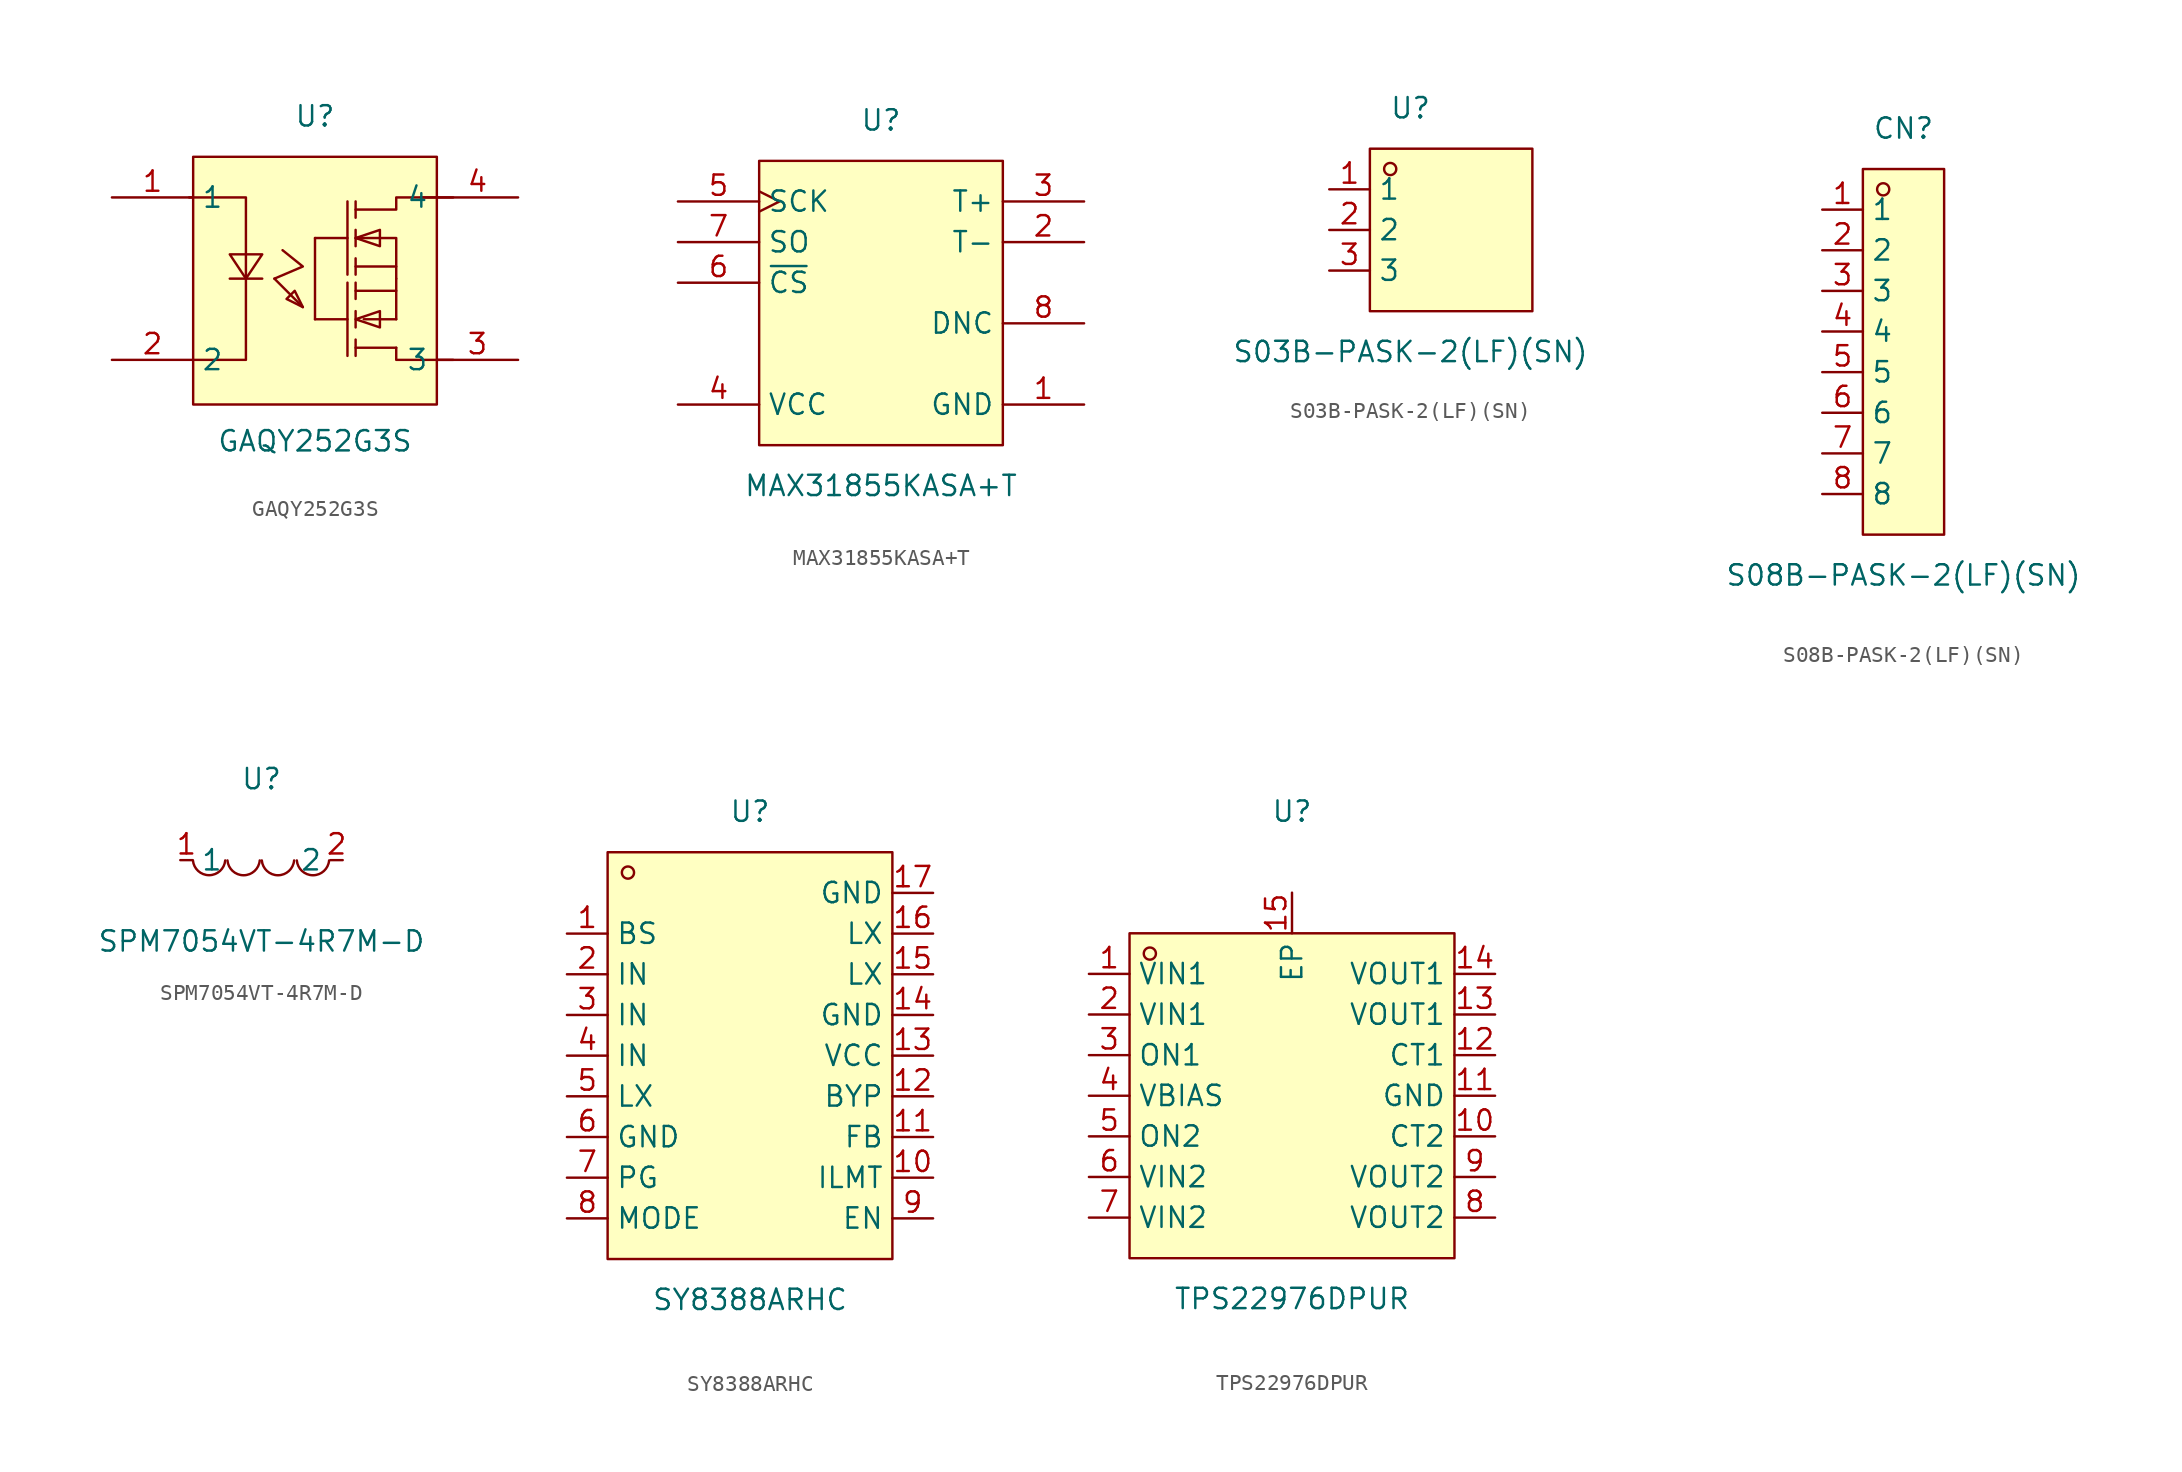
<source format=kicad_sym>
(kicad_symbol_lib
  (version 20211014)
  (generator https://github.com/uPesy/easyeda2kicad.py)
  (symbol "GAQY252G3S"
    (property "Reference" "U"
      (at 0 10.16 0)
      (effects (font (size 1.27 1.27))))
    (property "Value" "GAQY252G3S"
      (at 0 -10.16 0)
      (effects (font (size 1.27 1.27))))
    (symbol "GAQY252G3S_0_1"
      (rectangle (start -7.62 7.62) (end 7.62 -7.87) (stroke (width 0) (type default) (color 0 0 0 0)) (fill (type background)))
      (polyline (pts (xy -0.76 -1.78) (xy -1.27 -0.76) (xy -1.78 -1.27) (xy -0.76 -1.78)) (stroke (width 0) (type default) (color 0 0 0 0)) (fill (type background)))
      (polyline (pts (xy -2.54 -0.00) (xy -0.76 0.76) (xy -2.03 1.78) (xy -2.03 1.78)) (stroke (width 0) (type default) (color 0 0 0 0)) (fill (type none)))
      (polyline (pts (xy -7.87 5.08) (xy -4.32 5.08) (xy -4.32 -5.08) (xy -7.62 -5.08)) (stroke (width 0) (type default) (color 0 0 0 0)) (fill (type none)))
      (polyline (pts (xy -5.33 1.52) (xy -3.30 1.52) (xy -4.32 -0.00) (xy -5.33 1.52) (xy -5.33 1.52)) (stroke (width 0) (type default) (color 0 0 0 0)) (fill (type background)))
      (polyline (pts (xy -5.33 -0.00) (xy -3.30 -0.00)) (stroke (width 0) (type default) (color 0 0 0 0)) (fill (type none)))
      (polyline (pts (xy -2.54 -0.00) (xy -0.76 -1.78)) (stroke (width 0) (type default) (color 0 0 0 0)) (fill (type none)))
      (polyline (pts (xy 2.54 4.32) (xy 5.08 4.32) (xy 5.08 5.08) (xy 6.35 5.08) (xy 7.62 5.08)) (stroke (width 0) (type default) (color 0 0 0 0)) (fill (type none)))
      (polyline (pts (xy 2.54 2.54) (xy 5.08 2.54) (xy 5.08 1.27) (xy 5.08 -0.00) (xy 5.08 -0.00) (xy 5.08 -0.00)) (stroke (width 0) (type default) (color 0 0 0 0)) (fill (type none)))
      (polyline (pts (xy 5.08 0.76) (xy 2.54 0.76)) (stroke (width 0) (type default) (color 0 0 0 0)) (fill (type none)))
      (polyline (pts (xy 2.03 4.83) (xy 2.03 0.25)) (stroke (width 0) (type default) (color 0 0 0 0)) (fill (type none)))
      (polyline (pts (xy 2.54 4.83) (xy 2.54 3.81)) (stroke (width 0) (type default) (color 0 0 0 0)) (fill (type none)))
      (polyline (pts (xy 2.54 2.03) (xy 2.54 3.05)) (stroke (width 0) (type default) (color 0 0 0 0)) (fill (type none)))
      (polyline (pts (xy 2.54 0.25) (xy 2.54 1.27)) (stroke (width 0) (type default) (color 0 0 0 0)) (fill (type none)))
      (polyline (pts (xy 0.00 2.54) (xy 2.03 2.54)) (stroke (width 0) (type default) (color 0 0 0 0)) (fill (type none)))
      (polyline (pts (xy 5.08 -4.32) (xy 2.54 -4.32)) (stroke (width 0) (type default) (color 0 0 0 0)) (fill (type none)))
      (polyline (pts (xy 2.03 -0.25) (xy 2.03 -4.83)) (stroke (width 0) (type default) (color 0 0 0 0)) (fill (type none)))
      (polyline (pts (xy 2.54 -0.25) (xy 2.54 -1.27)) (stroke (width 0) (type default) (color 0 0 0 0)) (fill (type none)))
      (polyline (pts (xy 2.54 -3.05) (xy 2.54 -2.03)) (stroke (width 0) (type default) (color 0 0 0 0)) (fill (type none)))
      (polyline (pts (xy 2.54 -4.83) (xy 2.54 -3.81)) (stroke (width 0) (type default) (color 0 0 0 0)) (fill (type none)))
      (polyline (pts (xy 0.00 -2.54) (xy 2.03 -2.54)) (stroke (width 0) (type default) (color 0 0 0 0)) (fill (type none)))
      (polyline (pts (xy 0.00 -2.54) (xy 0.00 2.54)) (stroke (width 0) (type default) (color 0 0 0 0)) (fill (type none)))
      (polyline (pts (xy 6.60 5.08) (xy 8.64 5.08)) (stroke (width 0) (type default) (color 0 0 0 0)) (fill (type none)))
      (polyline (pts (xy 6.60 -5.08) (xy 8.64 -5.08)) (stroke (width 0) (type default) (color 0 0 0 0)) (fill (type none)))
      (polyline (pts (xy 5.08 -2.54) (xy 5.08 -0.00)) (stroke (width 0) (type default) (color 0 0 0 0)) (fill (type none)))
      (polyline (pts (xy 5.08 -2.54) (xy 4.57 -2.54) (xy 3.56 -2.54) (xy 3.05 -2.54)) (stroke (width 0) (type default) (color 0 0 0 0)) (fill (type none)))
      (polyline (pts (xy 5.08 -4.32) (xy 5.08 -4.83) (xy 5.08 -5.08) (xy 6.60 -5.08)) (stroke (width 0) (type default) (color 0 0 0 0)) (fill (type none)))
      (polyline (pts (xy 5.08 -0.76) (xy 2.54 -0.76)) (stroke (width 0) (type default) (color 0 0 0 0)) (fill (type none)))
      (polyline (pts (xy 2.54 2.54) (xy 4.06 2.03) (xy 4.06 3.05) (xy 2.54 2.54)) (stroke (width 0) (type default) (color 0 0 0 0)) (fill (type background)))
      (polyline (pts (xy 2.54 -2.54) (xy 4.06 -3.05) (xy 4.06 -2.03) (xy 2.54 -2.54)) (stroke (width 0) (type default) (color 0 0 0 0)) (fill (type background)))
      (pin unspecified line (at -12.70 5.08 0) (length 5.08) (name "1" (effects (font (size 1.27 1.27)))) (number "1" (effects (font (size 1.27 1.27)))))
      (pin unspecified line (at -12.70 -5.08 0) (length 5.08) (name "2" (effects (font (size 1.27 1.27)))) (number "2" (effects (font (size 1.27 1.27)))))
      (pin unspecified line (at 12.70 -5.08 180) (length 5.08) (name "3" (effects (font (size 1.27 1.27)))) (number "3" (effects (font (size 1.27 1.27)))))
      (pin unspecified line (at 12.70 5.08 180) (length 5.08) (name "4" (effects (font (size 1.27 1.27)))) (number "4" (effects (font (size 1.27 1.27)))))))
  (symbol "MAX31855KASA+T"
    (property "Reference" "U"
      (at 0 11.43 0)
      (effects (font (size 1.27 1.27))))
    (property "Value" "MAX31855KASA+T"
      (at 0 -11.43 0)
      (effects (font (size 1.27 1.27))))
    (symbol "MAX31855KASA+T_0_1"
      (rectangle (start -7.62 8.89) (end 7.62 -8.89) (stroke (width 0) (type default) (color 0 0 0 0)) (fill (type background)))
      (pin power_in line (at 12.70 -6.35 180) (length 5.08) (name "GND" (effects (font (size 1.27 1.27)))) (number "1" (effects (font (size 1.27 1.27)))))
      (pin unspecified line (at 12.70 3.81 180) (length 5.08) (name "T-" (effects (font (size 1.27 1.27)))) (number "2" (effects (font (size 1.27 1.27)))))
      (pin unspecified line (at 12.70 6.35 180) (length 5.08) (name "T+" (effects (font (size 1.27 1.27)))) (number "3" (effects (font (size 1.27 1.27)))))
      (pin power_in line (at -12.70 -6.35 0) (length 5.08) (name "VCC" (effects (font (size 1.27 1.27)))) (number "4" (effects (font (size 1.27 1.27)))))
      (pin unspecified clock (at -12.70 6.35 0) (length 5.08) (name "SCK" (effects (font (size 1.27 1.27)))) (number "5" (effects (font (size 1.27 1.27)))))
      (pin unspecified line (at -12.70 1.27 0) (length 5.08) (name "~{CS}" (effects (font (size 1.27 1.27)))) (number "6" (effects (font (size 1.27 1.27)))))
      (pin output line (at -12.70 3.81 0) (length 5.08) (name "SO" (effects (font (size 1.27 1.27)))) (number "7" (effects (font (size 1.27 1.27)))))
      (pin unspecified line (at 12.70 -1.27 180) (length 5.08) (name "DNC" (effects (font (size 1.27 1.27)))) (number "8" (effects (font (size 1.27 1.27)))))))
  (symbol "S03B-PASK-2(LF)(SN)"
    (property "Reference" "U"
      (at 0 7.62 0)
      (effects (font (size 1.27 1.27))))
    (property "Value" "S03B-PASK-2(LF)(SN)"
      (at 0 -7.62 0)
      (effects (font (size 1.27 1.27))))
    (symbol "S03B-PASK-2(LF)(SN)_0_1"
      (rectangle (start -2.54 5.08) (end 7.62 -5.08) (stroke (width 0) (type default) (color 0 0 0 0)) (fill (type background)))
      (circle (center -1.27 3.81) (radius 0.38) (stroke (width 0) (type default) (color 0 0 0 0)) (fill (type none)))
      (pin unspecified line (at -5.08 2.54 0) (length 2.54) (name "1" (effects (font (size 1.27 1.27)))) (number "1" (effects (font (size 1.27 1.27)))))
      (pin unspecified line (at -5.08 -0.00 0) (length 2.54) (name "2" (effects (font (size 1.27 1.27)))) (number "2" (effects (font (size 1.27 1.27)))))
      (pin unspecified line (at -5.08 -2.54 0) (length 2.54) (name "3" (effects (font (size 1.27 1.27)))) (number "3" (effects (font (size 1.27 1.27)))))))
  (symbol "S08B-PASK-2(LF)(SN)"
    (property "Reference" "CN"
      (at 0 13.97 0)
      (effects (font (size 1.27 1.27))))
    (property "Value" "S08B-PASK-2(LF)(SN)"
      (at 0 -13.97 0)
      (effects (font (size 1.27 1.27))))
    (symbol "S08B-PASK-2(LF)(SN)_0_1"
      (rectangle (start -2.54 11.43) (end 2.54 -11.43) (stroke (width 0) (type default) (color 0 0 0 0)) (fill (type background)))
      (circle (center -1.27 10.16) (radius 0.38) (stroke (width 0) (type default) (color 0 0 0 0)) (fill (type none)))
      (pin unspecified line (at -5.08 8.89 0) (length 2.54) (name "1" (effects (font (size 1.27 1.27)))) (number "1" (effects (font (size 1.27 1.27)))))
      (pin unspecified line (at -5.08 6.35 0) (length 2.54) (name "2" (effects (font (size 1.27 1.27)))) (number "2" (effects (font (size 1.27 1.27)))))
      (pin unspecified line (at -5.08 3.81 0) (length 2.54) (name "3" (effects (font (size 1.27 1.27)))) (number "3" (effects (font (size 1.27 1.27)))))
      (pin unspecified line (at -5.08 1.27 0) (length 2.54) (name "4" (effects (font (size 1.27 1.27)))) (number "4" (effects (font (size 1.27 1.27)))))
      (pin unspecified line (at -5.08 -1.27 0) (length 2.54) (name "5" (effects (font (size 1.27 1.27)))) (number "5" (effects (font (size 1.27 1.27)))))
      (pin unspecified line (at -5.08 -3.81 0) (length 2.54) (name "6" (effects (font (size 1.27 1.27)))) (number "6" (effects (font (size 1.27 1.27)))))
      (pin unspecified line (at -5.08 -6.35 0) (length 2.54) (name "7" (effects (font (size 1.27 1.27)))) (number "7" (effects (font (size 1.27 1.27)))))
      (pin unspecified line (at -5.08 -8.89 0) (length 2.54) (name "8" (effects (font (size 1.27 1.27)))) (number "8" (effects (font (size 1.27 1.27)))))))
  (symbol "SPM7054VT-4R7M-D"
    (property "Reference" "U"
      (at 0 5.08 0)
      (effects (font (size 1.27 1.27))))
    (property "Value" "SPM7054VT-4R7M-D"
      (at 0 -5.08 0)
      (effects (font (size 1.27 1.27))))
    (symbol "SPM7054VT-4R7M-D_0_1"
      (arc (start -4.29 -0.02) (mid -2.81 -1.01) (end -2.27 -0.02) (stroke (width 0) (type default) (color 0 0 0 0)) (fill (type none)))
      (arc (start -2.13 -0.02) (mid -0.66 -1.01) (end -0.11 -0.02) (stroke (width 0) (type default) (color 0 0 0 0)) (fill (type none)))
      (arc (start 0.02 -0.02) (mid 1.49 -1.01) (end 2.04 -0.02) (stroke (width 0) (type default) (color 0 0 0 0)) (fill (type none)))
      (arc (start 2.21 -0.02) (mid 3.68 -1.01) (end 4.23 -0.02) (stroke (width 0) (type default) (color 0 0 0 0)) (fill (type none)))
      (pin unspecified line (at 5.08 -0.00 180) (length 0.762) (name "2" (effects (font (size 1.27 1.27)))) (number "2" (effects (font (size 1.27 1.27)))))
      (pin unspecified line (at -5.08 -0.00 0) (length 0.762) (name "1" (effects (font (size 1.27 1.27)))) (number "1" (effects (font (size 1.27 1.27)))))))
  (symbol "SY8388ARHC"
    (property "Reference" "U"
      (at 0 15.24 0)
      (effects (font (size 1.27 1.27))))
    (property "Value" "SY8388ARHC"
      (at 0 -15.24 0)
      (effects (font (size 1.27 1.27))))
    (symbol "SY8388ARHC_0_1"
      (rectangle (start -8.89 12.70) (end 8.89 -12.70) (stroke (width 0) (type default) (color 0 0 0 0)) (fill (type background)))
      (circle (center -7.62 11.43) (radius 0.38) (stroke (width 0) (type default) (color 0 0 0 0)) (fill (type none)))
      (pin unspecified line (at -11.43 7.62 0) (length 2.54) (name "BS" (effects (font (size 1.27 1.27)))) (number "1" (effects (font (size 1.27 1.27)))))
      (pin unspecified line (at -11.43 5.08 0) (length 2.54) (name "IN" (effects (font (size 1.27 1.27)))) (number "2" (effects (font (size 1.27 1.27)))))
      (pin unspecified line (at -11.43 2.54 0) (length 2.54) (name "IN" (effects (font (size 1.27 1.27)))) (number "3" (effects (font (size 1.27 1.27)))))
      (pin unspecified line (at -11.43 -0.00 0) (length 2.54) (name "IN" (effects (font (size 1.27 1.27)))) (number "4" (effects (font (size 1.27 1.27)))))
      (pin unspecified line (at -11.43 -2.54 0) (length 2.54) (name "LX" (effects (font (size 1.27 1.27)))) (number "5" (effects (font (size 1.27 1.27)))))
      (pin unspecified line (at -11.43 -5.08 0) (length 2.54) (name "GND" (effects (font (size 1.27 1.27)))) (number "6" (effects (font (size 1.27 1.27)))))
      (pin unspecified line (at -11.43 -7.62 0) (length 2.54) (name "PG" (effects (font (size 1.27 1.27)))) (number "7" (effects (font (size 1.27 1.27)))))
      (pin unspecified line (at -11.43 -10.16 0) (length 2.54) (name "MODE" (effects (font (size 1.27 1.27)))) (number "8" (effects (font (size 1.27 1.27)))))
      (pin unspecified line (at 11.43 -10.16 180) (length 2.54) (name "EN" (effects (font (size 1.27 1.27)))) (number "9" (effects (font (size 1.27 1.27)))))
      (pin unspecified line (at 11.43 -7.62 180) (length 2.54) (name "ILMT" (effects (font (size 1.27 1.27)))) (number "10" (effects (font (size 1.27 1.27)))))
      (pin unspecified line (at 11.43 -5.08 180) (length 2.54) (name "FB" (effects (font (size 1.27 1.27)))) (number "11" (effects (font (size 1.27 1.27)))))
      (pin unspecified line (at 11.43 -2.54 180) (length 2.54) (name "BYP" (effects (font (size 1.27 1.27)))) (number "12" (effects (font (size 1.27 1.27)))))
      (pin unspecified line (at 11.43 -0.00 180) (length 2.54) (name "VCC" (effects (font (size 1.27 1.27)))) (number "13" (effects (font (size 1.27 1.27)))))
      (pin unspecified line (at 11.43 2.54 180) (length 2.54) (name "GND" (effects (font (size 1.27 1.27)))) (number "14" (effects (font (size 1.27 1.27)))))
      (pin unspecified line (at 11.43 5.08 180) (length 2.54) (name "LX" (effects (font (size 1.27 1.27)))) (number "15" (effects (font (size 1.27 1.27)))))
      (pin unspecified line (at 11.43 7.62 180) (length 2.54) (name "LX" (effects (font (size 1.27 1.27)))) (number "16" (effects (font (size 1.27 1.27)))))
      (pin unspecified line (at 11.43 10.16 180) (length 2.54) (name "GND" (effects (font (size 1.27 1.27)))) (number "17" (effects (font (size 1.27 1.27)))))))
  (symbol "TPS22976DPUR"
    (property "Reference" "U"
      (at 0 17.78 0)
      (effects (font (size 1.27 1.27))))
    (property "Value" "TPS22976DPUR"
      (at 0 -12.70 0)
      (effects (font (size 1.27 1.27))))
    (symbol "TPS22976DPUR_0_1"
      (rectangle (start -10.16 10.16) (end 10.16 -10.16) (stroke (width 0) (type default) (color 0 0 0 0)) (fill (type background)))
      (circle (center -8.89 8.89) (radius 0.38) (stroke (width 0) (type default) (color 0 0 0 0)) (fill (type none)))
      (pin unspecified line (at -12.70 7.62 0) (length 2.54) (name "VIN1" (effects (font (size 1.27 1.27)))) (number "1" (effects (font (size 1.27 1.27)))))
      (pin unspecified line (at -12.70 5.08 0) (length 2.54) (name "VIN1" (effects (font (size 1.27 1.27)))) (number "2" (effects (font (size 1.27 1.27)))))
      (pin unspecified line (at -12.70 2.54 0) (length 2.54) (name "ON1" (effects (font (size 1.27 1.27)))) (number "3" (effects (font (size 1.27 1.27)))))
      (pin unspecified line (at -12.70 -0.00 0) (length 2.54) (name "VBIAS" (effects (font (size 1.27 1.27)))) (number "4" (effects (font (size 1.27 1.27)))))
      (pin unspecified line (at -12.70 -2.54 0) (length 2.54) (name "ON2" (effects (font (size 1.27 1.27)))) (number "5" (effects (font (size 1.27 1.27)))))
      (pin unspecified line (at -12.70 -5.08 0) (length 2.54) (name "VIN2" (effects (font (size 1.27 1.27)))) (number "6" (effects (font (size 1.27 1.27)))))
      (pin unspecified line (at -12.70 -7.62 0) (length 2.54) (name "VIN2" (effects (font (size 1.27 1.27)))) (number "7" (effects (font (size 1.27 1.27)))))
      (pin unspecified line (at 12.70 -7.62 180) (length 2.54) (name "VOUT2" (effects (font (size 1.27 1.27)))) (number "8" (effects (font (size 1.27 1.27)))))
      (pin unspecified line (at 12.70 -5.08 180) (length 2.54) (name "VOUT2" (effects (font (size 1.27 1.27)))) (number "9" (effects (font (size 1.27 1.27)))))
      (pin unspecified line (at 12.70 -2.54 180) (length 2.54) (name "CT2" (effects (font (size 1.27 1.27)))) (number "10" (effects (font (size 1.27 1.27)))))
      (pin unspecified line (at 12.70 -0.00 180) (length 2.54) (name "GND" (effects (font (size 1.27 1.27)))) (number "11" (effects (font (size 1.27 1.27)))))
      (pin unspecified line (at 12.70 2.54 180) (length 2.54) (name "CT1" (effects (font (size 1.27 1.27)))) (number "12" (effects (font (size 1.27 1.27)))))
      (pin unspecified line (at 12.70 5.08 180) (length 2.54) (name "VOUT1" (effects (font (size 1.27 1.27)))) (number "13" (effects (font (size 1.27 1.27)))))
      (pin unspecified line (at 12.70 7.62 180) (length 2.54) (name "VOUT1" (effects (font (size 1.27 1.27)))) (number "14" (effects (font (size 1.27 1.27)))))
      (pin unspecified line (at 0.00 12.70 270) (length 2.54) (name "EP" (effects (font (size 1.27 1.27)))) (number "15" (effects (font (size 1.27 1.27))))))))
</source>
